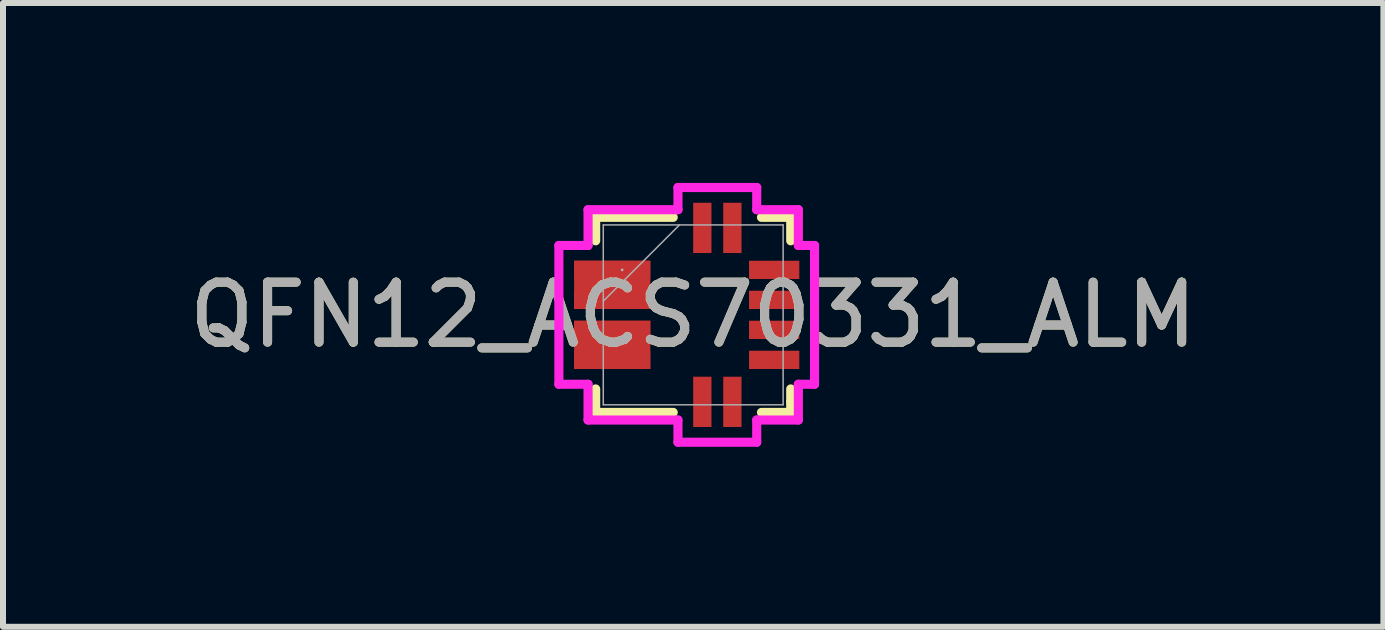
<source format=kicad_pcb>
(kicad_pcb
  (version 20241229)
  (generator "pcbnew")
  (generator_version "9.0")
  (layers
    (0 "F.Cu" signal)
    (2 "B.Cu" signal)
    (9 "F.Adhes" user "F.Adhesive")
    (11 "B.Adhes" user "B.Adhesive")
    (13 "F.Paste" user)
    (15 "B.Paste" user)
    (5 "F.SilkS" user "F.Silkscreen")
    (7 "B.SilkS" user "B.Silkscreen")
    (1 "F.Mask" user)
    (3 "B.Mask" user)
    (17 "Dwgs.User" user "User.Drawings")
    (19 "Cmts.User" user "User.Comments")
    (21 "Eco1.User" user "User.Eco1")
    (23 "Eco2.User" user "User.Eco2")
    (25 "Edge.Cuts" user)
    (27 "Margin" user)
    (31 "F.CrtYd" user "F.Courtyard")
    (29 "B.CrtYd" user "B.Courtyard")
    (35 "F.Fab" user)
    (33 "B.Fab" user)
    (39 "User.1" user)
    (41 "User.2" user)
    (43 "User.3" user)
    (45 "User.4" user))
  (footprint "QFN12_ACS70331_ALM"
    (layer "F.Cu")
    (at 8.506 2.199)
    (property "Reference" "QFN12_ACS70331_ALM" (at 0 0 0) (unlocked yes) (layer "F.SilkS") (effects (font (size 1 1) (thickness 0.15))))
    (attr smd)
    (fp_poly (pts (xy -1.985 -0.903) (xy -1.985 -0.098) (xy -0.715 -0.098) (xy -0.715 -0.903)) (stroke (width 0) (type solid)) (fill yes) (layer "F.Cu"))
    (fp_poly (pts (xy -1.985 0.098) (xy -1.985 0.903) (xy -0.715 0.903) (xy -0.715 0.098)) (stroke (width 0) (type solid)) (fill yes) (layer "F.Cu"))
    (fp_poly (pts (xy -1.985 -0.903) (xy -1.985 -0.098) (xy -0.715 -0.098) (xy -0.715 -0.903)) (stroke (width 0) (type solid)) (fill yes) (layer "F.Mask"))
    (fp_poly (pts (xy -1.985 0.098) (xy -1.985 0.903) (xy -0.715 0.903) (xy -0.715 0.098)) (stroke (width 0) (type solid)) (fill yes) (layer "F.Mask"))
    (fp_line (start -1.626 -1.626) (end -0.333 -1.626) (stroke (width 0.152) (type solid)) (layer "F.SilkS"))
    (fp_line (start -1.626 -1.235) (end -1.626 -1.626) (stroke (width 0.152) (type solid)) (layer "F.SilkS"))
    (fp_line (start -1.626 1.626) (end -1.626 1.235) (stroke (width 0.152) (type solid)) (layer "F.SilkS"))
    (fp_line (start -0.333 1.626) (end -1.626 1.626) (stroke (width 0.152) (type solid)) (layer "F.SilkS"))
    (fp_line (start 1.138 -1.626) (end 1.626 -1.626) (stroke (width 0.152) (type solid)) (layer "F.SilkS"))
    (fp_line (start 1.626 -1.626) (end 1.626 -1.235) (stroke (width 0.152) (type solid)) (layer "F.SilkS"))
    (fp_line (start 1.626 1.235) (end 1.626 1.45) (stroke (width 0.152) (type solid)) (layer "F.SilkS"))
    (fp_line (start 1.626 1.45) (end 1.626 1.626) (stroke (width 0.152) (type solid)) (layer "F.SilkS"))
    (fp_line (start 1.626 1.626) (end 1.138 1.626) (stroke (width 0.152) (type solid)) (layer "F.SilkS"))
    (fp_poly (pts (xy -1.985 -0.903) (xy -1.985 -0.098) (xy -0.715 -0.098) (xy -0.715 -0.903)) (stroke (width 0) (type solid)) (fill yes) (layer "F.Paste"))
    (fp_poly (pts (xy -1.985 0.098) (xy -1.985 0.903) (xy -0.715 0.903) (xy -0.715 0.098)) (stroke (width 0) (type solid)) (fill yes) (layer "F.Paste"))
    (fp_line (start -2.239 -1.157) (end -2.239 1.157) (stroke (width 0.152) (type solid)) (layer "F.CrtYd"))
    (fp_line (start -2.239 1.157) (end -1.753 1.157) (stroke (width 0.152) (type solid)) (layer "F.CrtYd"))
    (fp_line (start -1.753 -1.753) (end -1.753 -1.157) (stroke (width 0.152) (type solid)) (layer "F.CrtYd"))
    (fp_line (start -1.753 -1.157) (end -2.239 -1.157) (stroke (width 0.152) (type solid)) (layer "F.CrtYd"))
    (fp_line (start -1.753 1.157) (end -1.753 1.753) (stroke (width 0.152) (type solid)) (layer "F.CrtYd"))
    (fp_line (start -1.753 1.753) (end -0.254 1.753) (stroke (width 0.152) (type solid)) (layer "F.CrtYd"))
    (fp_line (start -0.254 -2.123) (end -0.254 -1.753) (stroke (width 0.152) (type solid)) (layer "F.CrtYd"))
    (fp_line (start -0.254 -1.753) (end -1.753 -1.753) (stroke (width 0.152) (type solid)) (layer "F.CrtYd"))
    (fp_line (start -0.254 1.753) (end -0.254 2.123) (stroke (width 0.152) (type solid)) (layer "F.CrtYd"))
    (fp_line (start -0.254 2.123) (end 1.059 2.123) (stroke (width 0.152) (type solid)) (layer "F.CrtYd"))
    (fp_line (start 1.059 -2.123) (end -0.254 -2.123) (stroke (width 0.152) (type solid)) (layer "F.CrtYd"))
    (fp_line (start 1.059 -1.753) (end 1.059 -2.123) (stroke (width 0.152) (type solid)) (layer "F.CrtYd"))
    (fp_line (start 1.059 1.753) (end 1.753 1.753) (stroke (width 0.152) (type solid)) (layer "F.CrtYd"))
    (fp_line (start 1.059 2.123) (end 1.059 1.753) (stroke (width 0.152) (type solid)) (layer "F.CrtYd"))
    (fp_line (start 1.753 -1.753) (end 1.059 -1.753) (stroke (width 0.152) (type solid)) (layer "F.CrtYd"))
    (fp_line (start 1.753 -1.157) (end 1.753 -1.753) (stroke (width 0.152) (type solid)) (layer "F.CrtYd"))
    (fp_line (start 1.753 1.157) (end 2.023 1.157) (stroke (width 0.152) (type solid)) (layer "F.CrtYd"))
    (fp_line (start 1.753 1.753) (end 1.753 1.157) (stroke (width 0.152) (type solid)) (layer "F.CrtYd"))
    (fp_line (start 2.023 -1.157) (end 1.753 -1.157) (stroke (width 0.152) (type solid)) (layer "F.CrtYd"))
    (fp_line (start 2.023 1.157) (end 2.023 -1.157) (stroke (width 0.152) (type solid)) (layer "F.CrtYd"))
    (fp_line (start -1.499 -1.499) (end -1.499 1.499) (stroke (width 0.025) (type solid)) (layer "F.Fab"))
    (fp_line (start -1.499 -0.229) (end -0.229 -1.499) (stroke (width 0.025) (type solid)) (layer "F.Fab"))
    (fp_line (start -1.499 1.499) (end 1.499 1.499) (stroke (width 0.025) (type solid)) (layer "F.Fab"))
    (fp_line (start 1.499 -1.499) (end -1.499 -1.499) (stroke (width 0.025) (type solid)) (layer "F.Fab"))
    (fp_line (start 1.499 1.499) (end 1.499 -1.499) (stroke (width 0.025) (type solid)) (layer "F.Fab"))
    (fp_circle (center -1.185 -0.75) (end -1.185 -0.75) (stroke (width 0.025) (type solid)) (fill no) (layer "F.Fab"))
    (fp_text user "${REFERENCE}" (at 0 0 0) (unlocked yes) (layer "F.Fab") (effects (font (size 1 1) (thickness 0.15))))
    (pad "1" smd rect (at -1.35 -0.75) (size 1.27 0.305) (layers "F.Cu" "F.Mask" "F.Paste"))
    (pad "2" smd rect (at -1.35 -0.25) (size 1.27 0.305) (layers "F.Cu" "F.Mask" "F.Paste"))
    (pad "3" smd rect (at -1.35 0.25) (size 1.27 0.305) (layers "F.Cu" "F.Mask" "F.Paste"))
    (pad "4" smd rect (at -1.35 0.75) (size 1.27 0.305) (layers "F.Cu" "F.Mask" "F.Paste"))
    (pad "5" smd rect (at 0.152 1.45 90) (size 0.838 0.305) (layers "F.Cu" "F.Mask" "F.Paste"))
    (pad "6" smd rect (at 0.653 1.45 90) (size 0.838 0.305) (layers "F.Cu" "F.Mask" "F.Paste"))
    (pad "7" smd rect (at 1.35 0.75) (size 0.838 0.305) (layers "F.Cu" "F.Mask" "F.Paste"))
    (pad "8" smd rect (at 1.35 0.25) (size 0.838 0.305) (layers "F.Cu" "F.Mask" "F.Paste"))
    (pad "9" smd rect (at 1.35 -0.25) (size 0.838 0.305) (layers "F.Cu" "F.Mask" "F.Paste"))
    (pad "10" smd rect (at 1.35 -0.75) (size 0.838 0.305) (layers "F.Cu" "F.Mask" "F.Paste"))
    (pad "11" smd rect (at 0.653 -1.45 90) (size 0.838 0.305) (layers "F.Cu" "F.Mask" "F.Paste"))
    (pad "12" smd rect (at 0.152 -1.45 90) (size 0.838 0.305) (layers "F.Cu" "F.Mask" "F.Paste")))
  (gr_rect
    (start -3 -3)
    (end 20.012 7.399)
    (stroke (width 0.1) (type default))
    (fill no)
    (layer "Edge.Cuts")))
</source>
